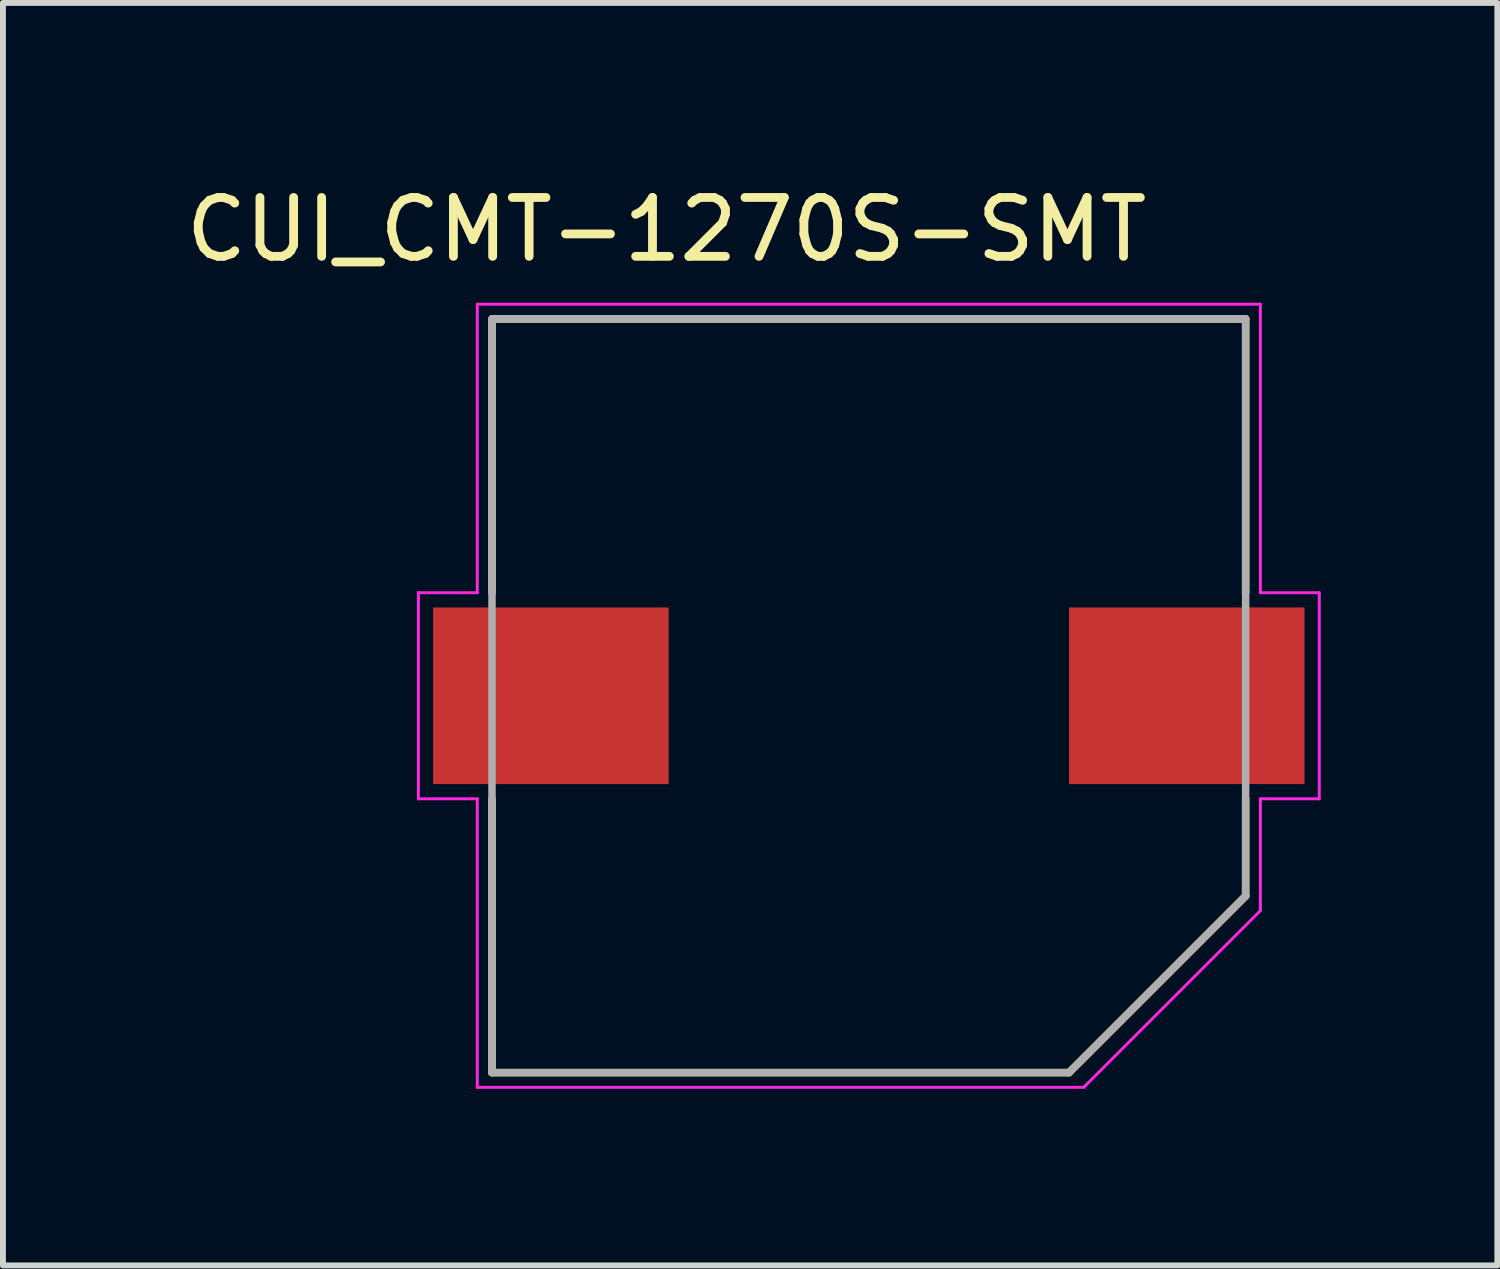
<source format=kicad_pcb>
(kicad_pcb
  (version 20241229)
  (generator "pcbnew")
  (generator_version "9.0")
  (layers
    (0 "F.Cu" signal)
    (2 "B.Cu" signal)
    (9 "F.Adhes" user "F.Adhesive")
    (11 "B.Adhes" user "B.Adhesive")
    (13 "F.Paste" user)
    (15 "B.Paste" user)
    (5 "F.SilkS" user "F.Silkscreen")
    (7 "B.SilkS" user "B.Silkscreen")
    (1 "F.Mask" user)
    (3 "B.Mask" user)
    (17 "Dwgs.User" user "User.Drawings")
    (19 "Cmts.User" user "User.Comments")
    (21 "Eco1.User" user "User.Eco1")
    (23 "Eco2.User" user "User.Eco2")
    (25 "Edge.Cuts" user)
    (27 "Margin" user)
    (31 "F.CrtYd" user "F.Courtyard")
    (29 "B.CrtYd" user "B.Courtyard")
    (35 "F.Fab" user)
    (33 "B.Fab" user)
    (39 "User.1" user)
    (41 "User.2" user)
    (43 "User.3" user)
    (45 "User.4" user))
  (footprint "CUI_CMT-1270S-SMT"
    (layer "F.Cu")
    (at 11.706 8.767)
    (property "Reference" "CUI_CMT-1270S-SMT" (at -3.436 -7.918 0) (layer "F.SilkS") (effects (font (size 1 1) (thickness 0.15))))
    (attr smd)
    (fp_line (start -6.4 -6.4) (end -6.4 -1.75) (stroke (width 0.127) (type solid)) (layer "F.SilkS"))
    (fp_line (start -6.4 -6.4) (end 6.4 -6.4) (stroke (width 0.127) (type solid)) (layer "F.SilkS"))
    (fp_line (start -6.4 1.75) (end -6.4 6.4) (stroke (width 0.127) (type solid)) (layer "F.SilkS"))
    (fp_line (start 3.4 6.4) (end -6.4 6.4) (stroke (width 0.127) (type solid)) (layer "F.SilkS"))
    (fp_line (start 6.4 -6.4) (end 6.4 -1.75) (stroke (width 0.127) (type solid)) (layer "F.SilkS"))
    (fp_line (start 6.4 3.4) (end 3.4 6.4) (stroke (width 0.127) (type solid)) (layer "F.SilkS"))
    (fp_line (start 6.4 3.4) (end 6.4 1.75) (stroke (width 0.127) (type solid)) (layer "F.SilkS"))
    (fp_line (start -7.65 -1.75) (end -7.65 1.75) (stroke (width 0.05) (type solid)) (layer "F.CrtYd"))
    (fp_line (start -7.65 -1.75) (end -6.65 -1.75) (stroke (width 0.05) (type solid)) (layer "F.CrtYd"))
    (fp_line (start -7.65 1.75) (end -6.65 1.75) (stroke (width 0.05) (type solid)) (layer "F.CrtYd"))
    (fp_line (start -6.65 -1.75) (end -6.65 -6.65) (stroke (width 0.05) (type solid)) (layer "F.CrtYd"))
    (fp_line (start -6.65 1.75) (end -6.65 6.65) (stroke (width 0.05) (type solid)) (layer "F.CrtYd"))
    (fp_line (start -6.65 6.65) (end 3.65 6.65) (stroke (width 0.05) (type solid)) (layer "F.CrtYd"))
    (fp_line (start 3.65 6.65) (end 6.65 3.65) (stroke (width 0.05) (type solid)) (layer "F.CrtYd"))
    (fp_line (start 6.65 -6.65) (end -6.65 -6.65) (stroke (width 0.05) (type solid)) (layer "F.CrtYd"))
    (fp_line (start 6.65 -1.75) (end 6.65 -6.65) (stroke (width 0.05) (type solid)) (layer "F.CrtYd"))
    (fp_line (start 6.65 -1.75) (end 7.65 -1.75) (stroke (width 0.05) (type solid)) (layer "F.CrtYd"))
    (fp_line (start 6.65 1.75) (end 7.65 1.75) (stroke (width 0.05) (type solid)) (layer "F.CrtYd"))
    (fp_line (start 6.65 3.65) (end 6.65 1.75) (stroke (width 0.05) (type solid)) (layer "F.CrtYd"))
    (fp_line (start 7.65 1.75) (end 7.65 -1.75) (stroke (width 0.05) (type solid)) (layer "F.CrtYd"))
    (fp_line (start -6.4 -6.4) (end 6.4 -6.4) (stroke (width 0.127) (type solid)) (layer "F.Fab"))
    (fp_line (start -6.4 6.4) (end -6.4 -6.4) (stroke (width 0.127) (type solid)) (layer "F.Fab"))
    (fp_line (start 3.4 6.4) (end -6.4 6.4) (stroke (width 0.127) (type solid)) (layer "F.Fab"))
    (fp_line (start 6.4 -6.4) (end 6.4 3.4) (stroke (width 0.127) (type solid)) (layer "F.Fab"))
    (fp_line (start 6.4 3.4) (end 3.4 6.4) (stroke (width 0.127) (type solid)) (layer "F.Fab"))
    (pad "1" smd rect (at -5.4 0) (size 4 3) (layers "F.Cu" "F.Mask" "F.Paste"))
    (pad "2" smd rect (at 5.4 0) (size 4 3) (layers "F.Cu" "F.Mask" "F.Paste")))
  (gr_rect
    (start -3 -3)
    (end 22.381 18.442)
    (stroke (width 0.1) (type default))
    (fill no)
    (layer "Edge.Cuts")))
</source>
